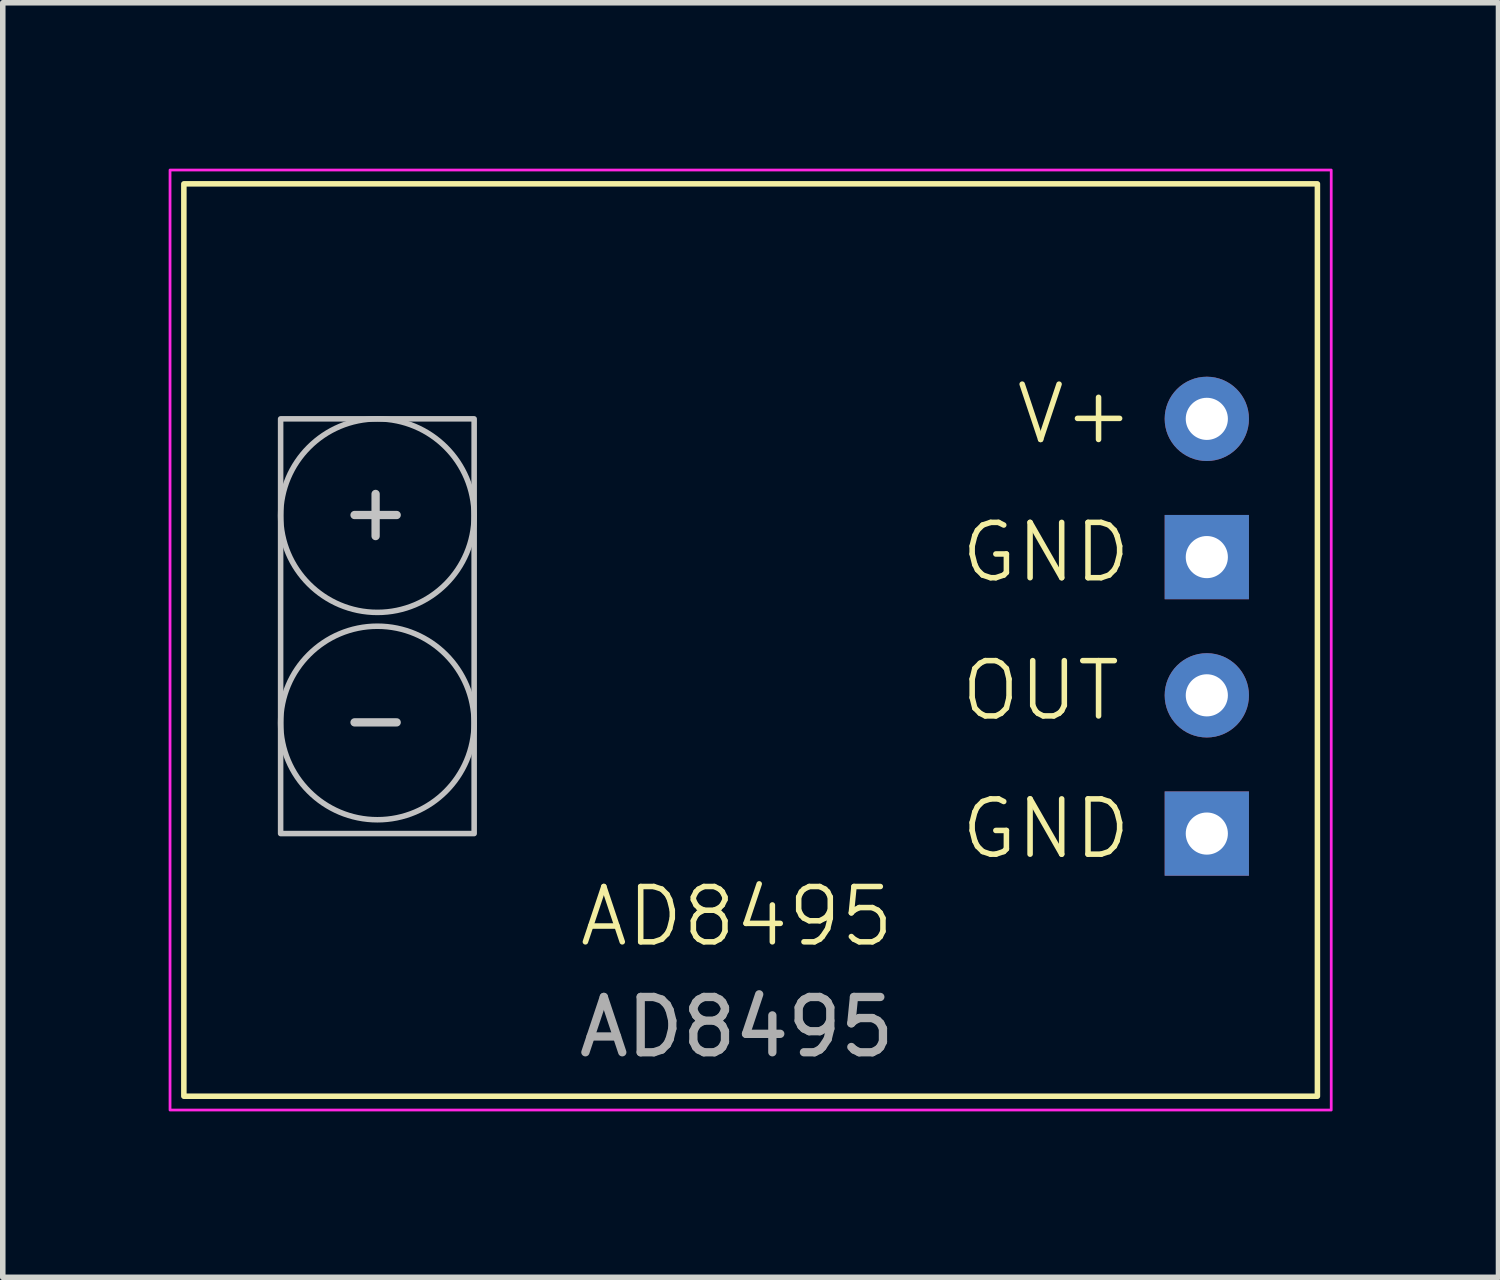
<source format=kicad_pcb>
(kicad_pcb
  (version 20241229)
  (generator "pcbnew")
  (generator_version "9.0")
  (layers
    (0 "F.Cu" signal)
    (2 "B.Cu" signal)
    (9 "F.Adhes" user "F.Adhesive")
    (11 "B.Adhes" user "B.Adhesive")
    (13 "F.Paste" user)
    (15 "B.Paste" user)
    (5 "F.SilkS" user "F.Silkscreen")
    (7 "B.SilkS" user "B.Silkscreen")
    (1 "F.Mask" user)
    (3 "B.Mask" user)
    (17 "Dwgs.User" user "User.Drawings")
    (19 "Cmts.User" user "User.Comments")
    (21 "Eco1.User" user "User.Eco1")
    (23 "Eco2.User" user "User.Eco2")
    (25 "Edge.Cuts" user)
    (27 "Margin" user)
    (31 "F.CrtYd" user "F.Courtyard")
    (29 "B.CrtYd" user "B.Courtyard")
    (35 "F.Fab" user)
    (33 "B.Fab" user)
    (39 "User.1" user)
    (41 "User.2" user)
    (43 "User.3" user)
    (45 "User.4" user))
  (footprint "AD8495"
    (layer "F.Cu")
    (at 10.275 7.525)
    (property "Reference" "AD8495" (at 0 6 0) (unlocked yes) (layer "F.SilkS") (effects (font (size 1 1) (thickness 0.1))))
    (attr through_hole)
    (fp_rect (start -10 -7.25) (end 10.5 9.25) (stroke (width 0.1) (type default)) (fill no) (layer "F.SilkS"))
    (fp_rect (start -8.25 -3) (end -4.75 4.5) (stroke (width 0.1) (type default)) (fill no) (layer "Dwgs.User"))
    (fp_circle (center -6.5 -1.25) (end -4.75 -1.25) (stroke (width 0.1) (type default)) (fill no) (layer "Dwgs.User"))
    (fp_circle (center -6.5 2.5) (end -4.75 2.5) (stroke (width 0.1) (type default)) (fill no) (layer "Dwgs.User"))
    (fp_rect (start -10.25 -7.5) (end 10.75 9.5) (stroke (width 0.05) (type default)) (fill no) (layer "F.CrtYd"))
    (fp_text user "V+" (at 5 -2.5 0) (unlocked yes) (layer "F.SilkS") (effects (font (size 1 1) (thickness 0.1)) (justify left bottom)))
    (fp_text user "GND" (at 4 5 0) (unlocked yes) (layer "F.SilkS") (effects (font (size 1 1) (thickness 0.1)) (justify left bottom)))
    (fp_text user "GND" (at 4 0 0) (unlocked yes) (layer "F.SilkS") (effects (font (size 1 1) (thickness 0.1)) (justify left bottom)))
    (fp_text user "OUT" (at 4 2.5 0) (unlocked yes) (layer "F.SilkS") (effects (font (size 1 1) (thickness 0.1)) (justify left bottom)))
    (fp_text user "-" (at -7.25 3 0) (unlocked yes) (layer "Dwgs.User") (effects (font (size 1 1) (thickness 0.15)) (justify left bottom)))
    (fp_text user "+" (at -7.25 -0.75 0) (unlocked yes) (layer "Dwgs.User") (effects (font (size 1 1) (thickness 0.15)) (justify left bottom)))
    (fp_text user "${REFERENCE}" (at 0 8 0) (unlocked yes) (layer "F.Fab") (effects (font (size 1 1) (thickness 0.15))))
    (pad "GND" thru_hole rect (at 8.5 -0.5) (size 1.524 1.524) (drill 0.762) (layers "*.Cu" "*.Mask"))
    (pad "GND" thru_hole rect (at 8.5 4.5) (size 1.524 1.524) (drill 0.762) (layers "*.Cu" "*.Mask"))
    (pad "OUT" thru_hole circle (at 8.5 2) (size 1.524 1.524) (drill 0.762) (layers "*.Cu" "*.Mask"))
    (pad "V+" thru_hole circle (at 8.5 -3) (size 1.524 1.524) (drill 0.762) (layers "*.Cu" "*.Mask")))
  (gr_rect
    (start -3 -3)
    (end 24.05 20.05)
    (stroke (width 0.1) (type default))
    (fill no)
    (layer "Edge.Cuts")))
</source>
